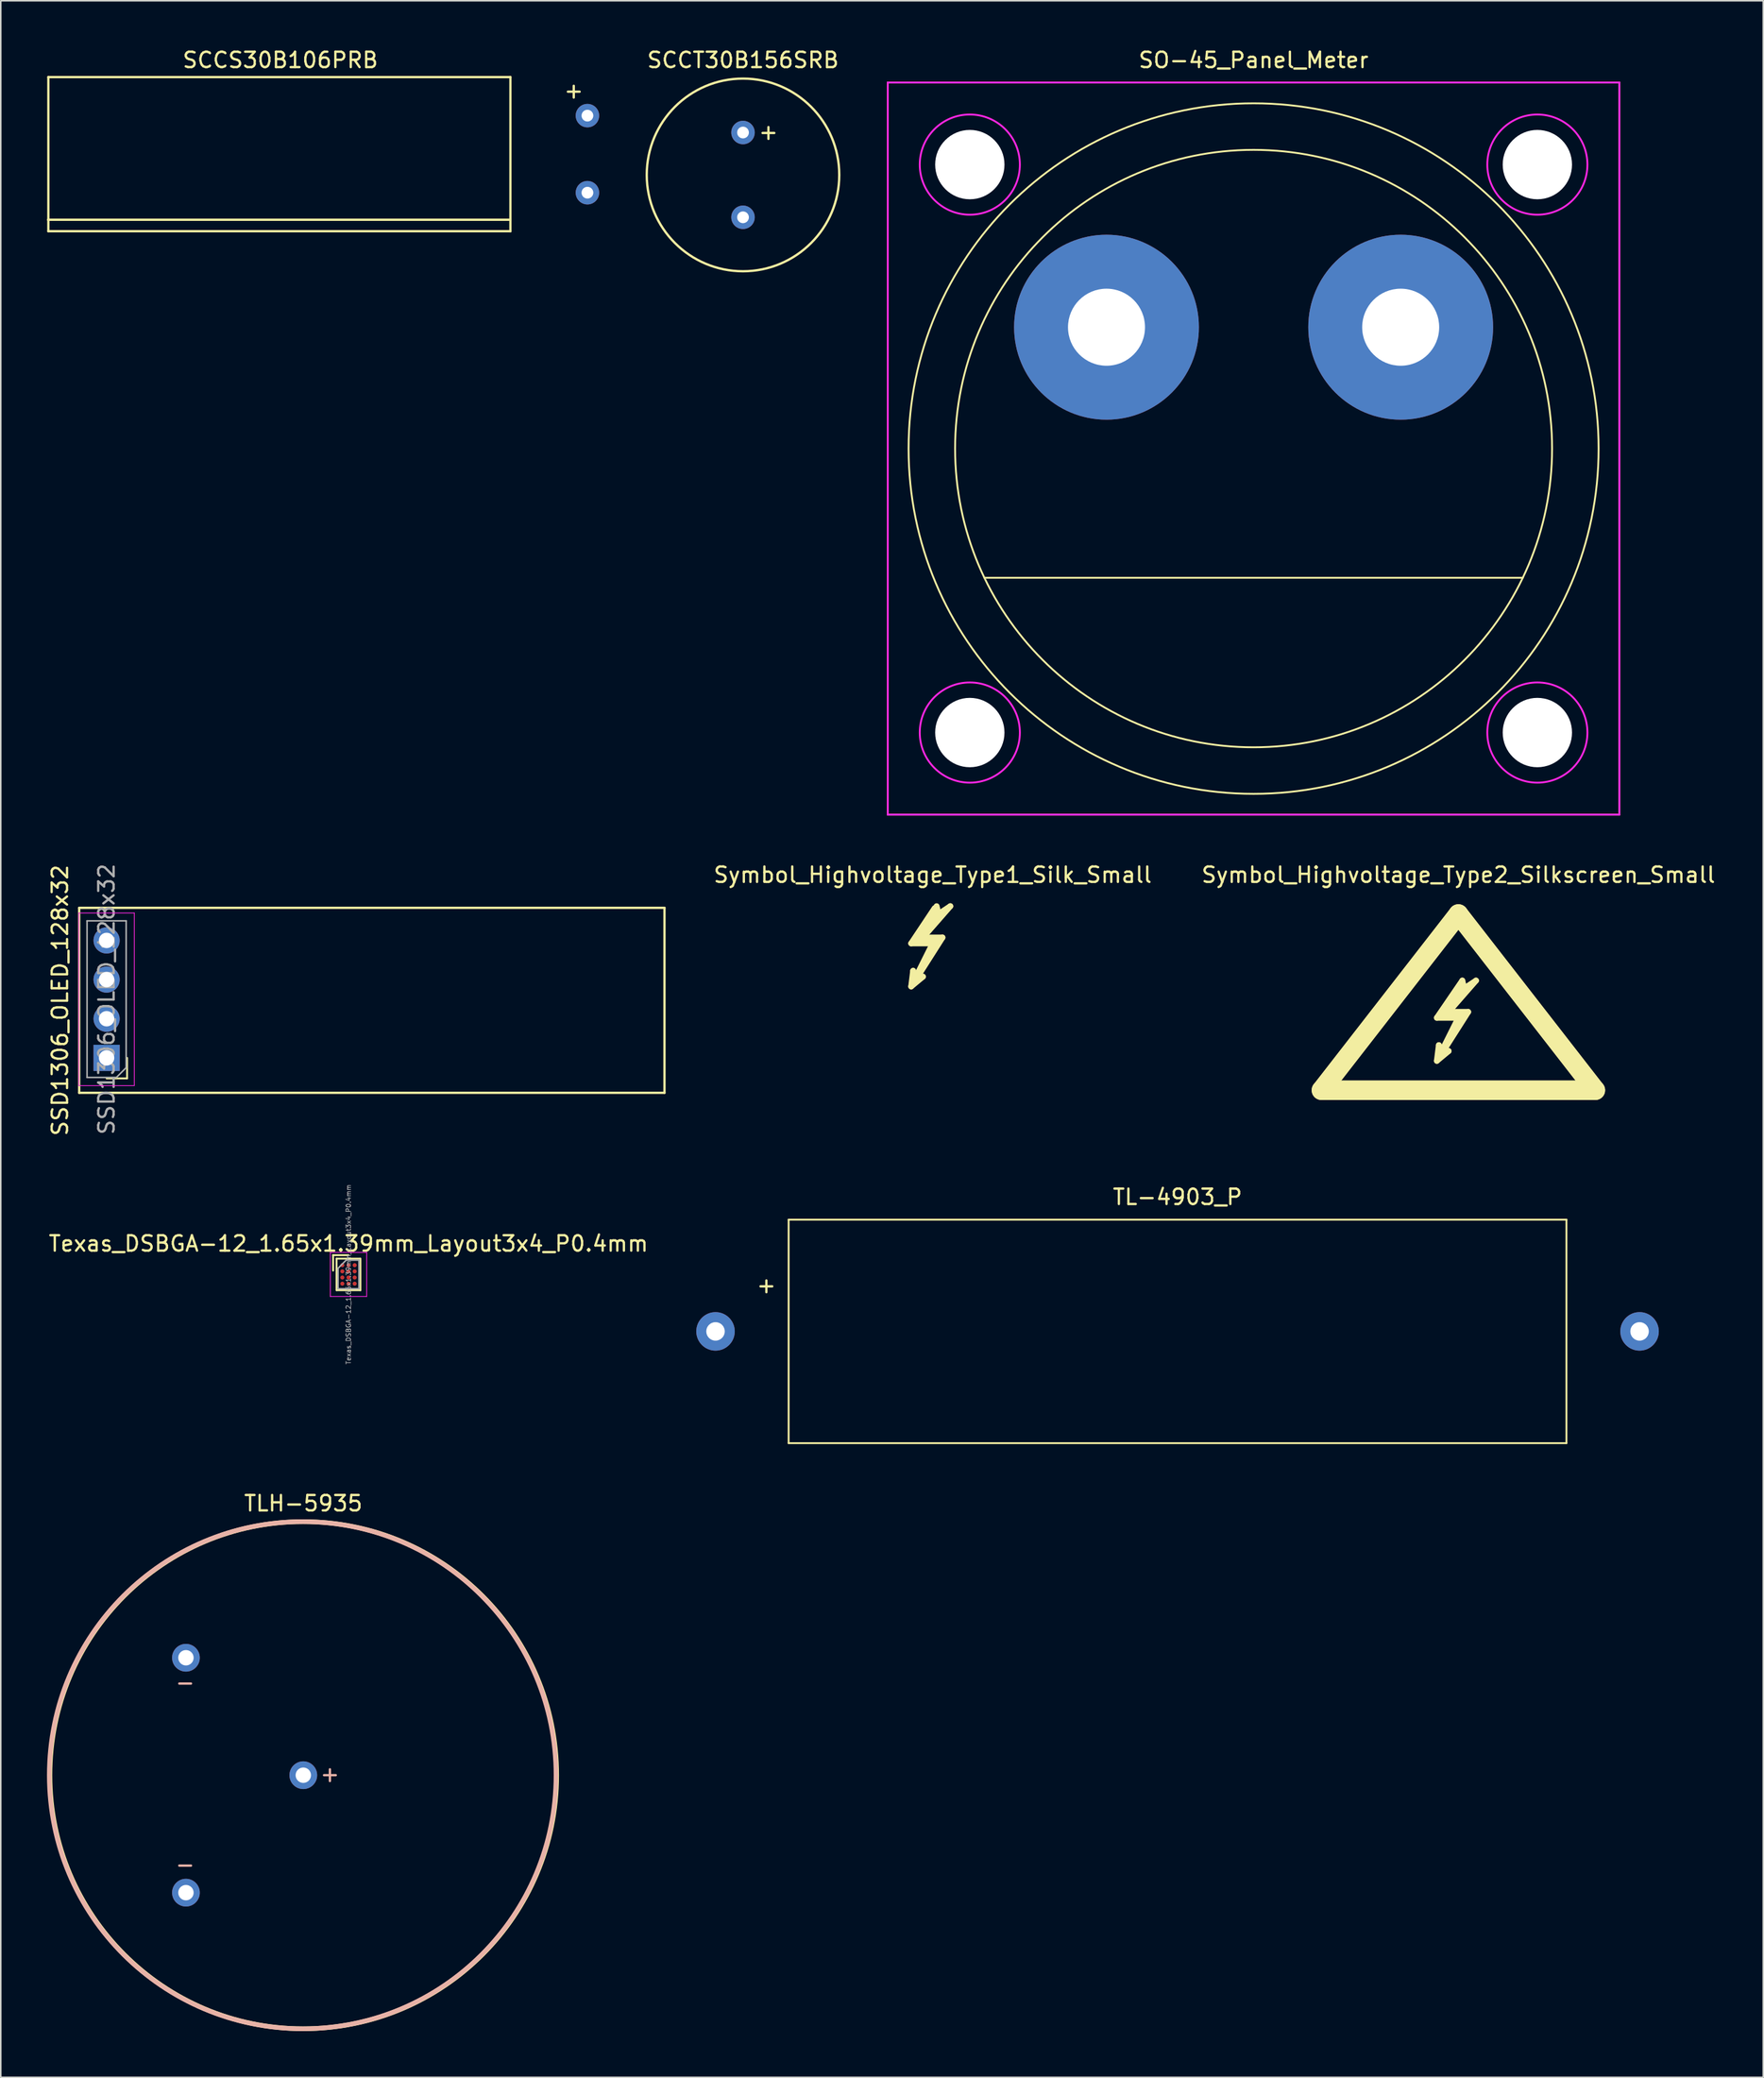
<source format=kicad_pcb>
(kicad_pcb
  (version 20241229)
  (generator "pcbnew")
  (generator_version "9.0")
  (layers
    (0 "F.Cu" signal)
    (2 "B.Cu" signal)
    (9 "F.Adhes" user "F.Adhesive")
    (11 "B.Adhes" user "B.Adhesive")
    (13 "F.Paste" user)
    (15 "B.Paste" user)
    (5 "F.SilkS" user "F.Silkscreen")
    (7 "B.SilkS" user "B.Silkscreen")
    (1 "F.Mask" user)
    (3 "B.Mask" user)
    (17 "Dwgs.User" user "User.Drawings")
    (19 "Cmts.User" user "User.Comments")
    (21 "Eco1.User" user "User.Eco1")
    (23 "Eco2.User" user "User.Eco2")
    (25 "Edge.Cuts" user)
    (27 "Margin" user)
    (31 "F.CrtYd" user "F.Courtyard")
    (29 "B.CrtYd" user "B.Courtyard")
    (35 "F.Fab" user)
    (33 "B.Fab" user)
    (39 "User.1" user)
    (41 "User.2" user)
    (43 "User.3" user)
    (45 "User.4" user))
  (footprint "TL-4903_P"
    (layer "F.Cu")
    (at 73.402 83.329)
    (property "Reference" "TL-4903_P" (at 0 -8.72 0) (layer "F.SilkS") (effects (font (size 1 1) (thickness 0.15))))
    (attr through_hole)
    (fp_line (start -25.25 -7.25) (end 25.25 -7.25) (stroke (width 0.12) (type solid)) (layer "F.SilkS"))
    (fp_line (start -25.25 7.25) (end -25.25 -7.25) (stroke (width 0.12) (type solid)) (layer "F.SilkS"))
    (fp_line (start 25.25 -7.25) (end 25.25 7.25) (stroke (width 0.12) (type solid)) (layer "F.SilkS"))
    (fp_line (start 25.25 7.25) (end -25.25 7.25) (stroke (width 0.12) (type solid)) (layer "F.SilkS"))
    (fp_text user "+" (at -26.695 -2.997 0) (layer "F.SilkS") (effects (font (size 1 1) (thickness 0.15))))
    (pad "1" thru_hole circle (at -29.997 0) (size 2.5 2.5) (drill 1.2) (layers "*.Cu" "*.Mask"))
    (pad "2" thru_hole circle (at 29.997 0) (size 2.5 2.5) (drill 1.2) (layers "*.Cu" "*.Mask")))
  (footprint "TLH-5935"
    (layer "F.Cu")
    (at 16.642 112.123)
    (property "Reference" "TLH-5935" (at 0 -17.636 0) (layer "F.SilkS") (effects (font (size 1 1) (thickness 0.15))))
    (attr through_hole)
    (fp_circle (center 0 0) (end 16.45 0) (stroke (width 0.3) (type solid)) (fill no) (layer "F.SilkS"))
    (fp_circle (center -0.042 0) (end 16.408 0) (stroke (width 0.3) (type solid)) (fill no) (layer "B.SilkS"))
    (fp_text user "+" (at 1.727 -0.076 0) (layer "B.SilkS") (effects (font (size 1 1) (thickness 0.15))))
    (fp_text user "-" (at -7.671 5.791 0) (layer "B.SilkS") (effects (font (size 1 1) (thickness 0.15))))
    (fp_text user "-" (at -7.671 -6.02 0) (layer "B.SilkS") (effects (font (size 1 1) (thickness 0.15))))
    (pad "1" thru_hole circle (at 0 0) (size 1.8 1.8) (drill 1) (layers "*.Cu" "*.Mask"))
    (pad "2" thru_hole circle (at -7.62 -7.62) (size 1.8 1.8) (drill 1) (layers "*.Cu" "*.Mask"))
    (pad "2" thru_hole circle (at -7.62 7.62) (size 1.8 1.8) (drill 1) (layers "*.Cu" "*.Mask")))
  (footprint "SSD1306_OLED_128x32"
    (layer "F.Cu")
    (at 3.871 61.85)
    (property "Reference" "SSD1306_OLED_128x32" (at -3.023 0 90) (layer "F.SilkS") (effects (font (size 1 1) (thickness 0.15))))
    (attr through_hole)
    (fp_line (start -1.779 -6) (end 36.221 -6) (stroke (width 0.15) (type solid)) (layer "F.SilkS"))
    (fp_line (start -1.779 6) (end -1.779 -6) (stroke (width 0.15) (type solid)) (layer "F.SilkS"))
    (fp_line (start 1.33 3.734) (end 1.33 5.064) (stroke (width 0.12) (type solid)) (layer "F.SilkS"))
    (fp_line (start 1.33 5.064) (end 0 5.064) (stroke (width 0.12) (type solid)) (layer "F.SilkS"))
    (fp_line (start 36.221 -6) (end 36.221 6) (stroke (width 0.15) (type solid)) (layer "F.SilkS"))
    (fp_line (start 36.221 6) (end -1.779 6) (stroke (width 0.15) (type solid)) (layer "F.SilkS"))
    (fp_line (start -1.8 -5.666) (end -1.8 5.534) (stroke (width 0.05) (type solid)) (layer "F.CrtYd"))
    (fp_line (start -1.8 5.534) (end 1.8 5.534) (stroke (width 0.05) (type solid)) (layer "F.CrtYd"))
    (fp_line (start 1.8 -5.666) (end -1.8 -5.666) (stroke (width 0.05) (type solid)) (layer "F.CrtYd"))
    (fp_line (start 1.8 5.534) (end 1.8 -5.666) (stroke (width 0.05) (type solid)) (layer "F.CrtYd"))
    (fp_line (start -1.27 -5.156) (end 1.27 -5.156) (stroke (width 0.1) (type solid)) (layer "F.Fab"))
    (fp_line (start -1.27 5.004) (end -1.27 -5.156) (stroke (width 0.1) (type solid)) (layer "F.Fab"))
    (fp_line (start 0.635 5.004) (end -1.27 5.004) (stroke (width 0.1) (type solid)) (layer "F.Fab"))
    (fp_line (start 1.27 -5.156) (end 1.27 4.369) (stroke (width 0.1) (type solid)) (layer "F.Fab"))
    (fp_line (start 1.27 4.369) (end 0.635 5.004) (stroke (width 0.1) (type solid)) (layer "F.Fab"))
    (fp_text user "${REFERENCE}" (at 0 -0.076 270) (layer "F.Fab") (effects (font (size 1 1) (thickness 0.15))))
    (pad "1" thru_hole rect (at 0 3.734 180) (size 1.7 1.7) (drill 1) (layers "*.Cu" "*.Mask"))
    (pad "2" thru_hole oval (at 0 1.194 180) (size 1.7 1.7) (drill 1) (layers "*.Cu" "*.Mask"))
    (pad "3" thru_hole oval (at 0 -1.346 180) (size 1.7 1.7) (drill 1) (layers "*.Cu" "*.Mask"))
    (pad "4" thru_hole oval (at 0 -3.886 180) (size 1.7 1.7) (drill 1) (layers "*.Cu" "*.Mask")))
  (footprint "SCCS30B106PRB"
    (layer "F.Cu")
    (at 15.089 6.952)
    (property "Reference" "SCCS30B106PRB" (at 0.064 -6.104 0) (layer "F.SilkS") (effects (font (size 1 1) (thickness 0.15))))
    (attr through_hole)
    (fp_line (start -15 -5) (end 15 -5) (stroke (width 0.15) (type solid)) (layer "F.SilkS"))
    (fp_line (start -15 5) (end -15 -5) (stroke (width 0.15) (type solid)) (layer "F.SilkS"))
    (fp_line (start 14.986 4.255) (end -15.014 4.255) (stroke (width 0.15) (type solid)) (layer "F.SilkS"))
    (fp_line (start 15 -5) (end 15 5) (stroke (width 0.15) (type solid)) (layer "F.SilkS"))
    (fp_line (start 15 5) (end -15 5) (stroke (width 0.15) (type solid)) (layer "F.SilkS"))
    (fp_text user "+" (at 19.113 -4.128 0) (layer "F.SilkS") (effects (font (size 1 1) (thickness 0.15))))
    (pad "1" thru_hole circle (at 20 -2.5) (size 1.524 1.524) (drill 0.762) (layers "*.Cu" "*.Mask"))
    (pad "2" thru_hole circle (at 20 2.5) (size 1.524 1.524) (drill 0.762) (layers "*.Cu" "*.Mask")))
  (footprint "SCCT30B156SRB"
    (layer "F.Cu")
    (at 45.19 8.298)
    (property "Reference" "SCCT30B156SRB" (at 0 -7.45 0) (layer "F.SilkS") (effects (font (size 1 1) (thickness 0.15))))
    (attr through_hole)
    (fp_circle (center 0 0) (end 6.25 0) (stroke (width 0.15) (type solid)) (fill no) (layer "F.SilkS"))
    (fp_text user "+" (at 1.651 -2.794 0) (layer "F.SilkS") (effects (font (size 1 1) (thickness 0.15))))
    (pad "1" thru_hole circle (at 0 -2.75) (size 1.524 1.524) (drill 0.762) (layers "*.Cu" "*.Mask"))
    (pad "2" thru_hole circle (at 0 2.75) (size 1.524 1.524) (drill 0.762) (layers "*.Cu" "*.Mask")))
  (footprint "Texas_DSBGA-12_1.65x1.39mm_Layout3x4_P0.4mm"
    (layer "F.Cu")
    (at 19.577 79.634)
    (property "Reference" "Texas_DSBGA-12_1.65x1.39mm_Layout3x4_P0.4mm" (at 0 -2 0) (layer "F.SilkS") (effects (font (size 1 1) (thickness 0.15))))
    (attr smd)
    (fp_line (start -1 -1.25) (end -1 -1.25) (stroke (width 0.12) (type solid)) (layer "F.SilkS"))
    (fp_line (start -1 -1.25) (end -1 -0.25) (stroke (width 0.12) (type solid)) (layer "F.SilkS"))
    (fp_line (start -0.775 -1.025) (end -0.775 1.025) (stroke (width 0.12) (type solid)) (layer "F.SilkS"))
    (fp_line (start -0.775 -1.025) (end 0.765 -1.025) (stroke (width 0.12) (type solid)) (layer "F.SilkS"))
    (fp_line (start -0.765 1.025) (end 0.775 1.025) (stroke (width 0.12) (type solid)) (layer "F.SilkS"))
    (fp_line (start 0 -1.25) (end -1 -1.25) (stroke (width 0.12) (type solid)) (layer "F.SilkS"))
    (fp_line (start 0.775 1.025) (end 0.775 -1.025) (stroke (width 0.12) (type solid)) (layer "F.SilkS"))
    (fp_line (start -1.18 -1.43) (end 1.18 -1.43) (stroke (width 0.05) (type solid)) (layer "F.CrtYd"))
    (fp_line (start -1.18 1.43) (end -1.18 -1.43) (stroke (width 0.05) (type solid)) (layer "F.CrtYd"))
    (fp_line (start -1.18 1.43) (end 1.18 1.43) (stroke (width 0.05) (type solid)) (layer "F.CrtYd"))
    (fp_line (start 1.18 -1.43) (end 1.18 1.43) (stroke (width 0.05) (type solid)) (layer "F.CrtYd"))
    (fp_line (start -0.68 -0.4) (end -0.15 -0.93) (stroke (width 0.1) (type solid)) (layer "F.Fab"))
    (fp_line (start -0.68 0.93) (end -0.68 -0.4) (stroke (width 0.1) (type solid)) (layer "F.Fab"))
    (fp_line (start -0.68 0.93) (end 0.68 0.93) (stroke (width 0.1) (type solid)) (layer "F.Fab"))
    (fp_line (start 0.68 -0.93) (end -0.15 -0.93) (stroke (width 0.1) (type solid)) (layer "F.Fab"))
    (fp_line (start 0.68 0.93) (end 0.68 -0.93) (stroke (width 0.1) (type solid)) (layer "F.Fab"))
    (fp_text user "${REFERENCE}" (at 0 0 90) (layer "F.Fab") (effects (font (size 0.3 0.3) (thickness 0.045))))
    (pad "" smd rect (at -0.4 -0.6) (size 0.3 0.3) (layers "F.Paste"))
    (pad "" smd rect (at -0.4 -0.2) (size 0.3 0.3) (layers "F.Paste"))
    (pad "" smd rect (at -0.4 0.2) (size 0.3 0.3) (layers "F.Paste"))
    (pad "" smd rect (at -0.4 0.6) (size 0.3 0.3) (layers "F.Paste"))
    (pad "" smd rect (at 0 -0.6) (size 0.3 0.3) (layers "F.Paste"))
    (pad "" smd rect (at 0 -0.2) (size 0.3 0.3) (layers "F.Paste"))
    (pad "" smd rect (at 0 0.2) (size 0.3 0.3) (layers "F.Paste"))
    (pad "" smd rect (at 0 0.6) (size 0.3 0.3) (layers "F.Paste"))
    (pad "" smd rect (at 0.4 -0.6) (size 0.3 0.3) (layers "F.Paste"))
    (pad "" smd rect (at 0.4 -0.2) (size 0.3 0.3) (layers "F.Paste"))
    (pad "" smd rect (at 0.4 0.2) (size 0.3 0.3) (layers "F.Paste"))
    (pad "" smd rect (at 0.4 0.6) (size 0.3 0.3) (layers "F.Paste"))
    (pad "A1" smd circle (at -0.4 -0.6) (size 0.265 0.265) (layers "F.Cu" "F.Mask"))
    (pad "A2" smd circle (at 0 -0.6) (size 0.265 0.265) (layers "F.Cu" "F.Mask"))
    (pad "A3" smd circle (at 0.4 -0.6) (size 0.265 0.265) (layers "F.Cu" "F.Mask"))
    (pad "B1" smd circle (at -0.4 -0.2) (size 0.265 0.265) (layers "F.Cu" "F.Mask"))
    (pad "B2" smd circle (at 0 -0.2) (size 0.265 0.265) (layers "F.Cu" "F.Mask"))
    (pad "B3" smd circle (at 0.4 -0.2) (size 0.265 0.265) (layers "F.Cu" "F.Mask"))
    (pad "C1" smd circle (at -0.4 0.2) (size 0.265 0.265) (layers "F.Cu" "F.Mask"))
    (pad "C2" smd circle (at 0 0.2) (size 0.265 0.265) (layers "F.Cu" "F.Mask"))
    (pad "C3" smd circle (at 0.4 0.2) (size 0.265 0.265) (layers "F.Cu" "F.Mask"))
    (pad "D1" smd circle (at -0.4 0.6) (size 0.265 0.265) (layers "F.Cu" "F.Mask"))
    (pad "D2" smd circle (at 0 0.6) (size 0.265 0.265) (layers "F.Cu" "F.Mask"))
    (pad "D3" smd circle (at 0.4 0.6) (size 0.265 0.265) (layers "F.Cu" "F.Mask")))
  (footprint "Symbol_Highvoltage_Type2_Silkscreen_Small"
    (layer "F.Cu")
    (at 91.637 63.871)
    (property "Reference" "Symbol_Highvoltage_Type2_Silkscreen_Small" (at 0 -10.16 0) (layer "F.SilkS") (effects (font (size 1 1) (thickness 0.15))))
    (attr through_hole)
    (fp_line (start -8.89 3.81) (end 0 -7.62) (stroke (width 1.27) (type solid)) (layer "F.SilkS"))
    (fp_line (start -1.397 -0.889) (end 0 -0.889) (stroke (width 0.381) (type solid)) (layer "F.SilkS"))
    (fp_line (start -1.397 1.905) (end -0.635 1.27) (stroke (width 0.381) (type solid)) (layer "F.SilkS"))
    (fp_line (start -1.27 0.889) (end -1.397 1.905) (stroke (width 0.381) (type solid)) (layer "F.SilkS"))
    (fp_line (start -1.143 1.397) (end -1.27 0.889) (stroke (width 0.381) (type solid)) (layer "F.SilkS"))
    (fp_line (start -1.143 1.524) (end 0.635 -1.27) (stroke (width 0.381) (type solid)) (layer "F.SilkS"))
    (fp_line (start -1.016 -1.016) (end 0.254 -1.016) (stroke (width 0.381) (type solid)) (layer "F.SilkS"))
    (fp_line (start -0.635 -1.27) (end 1.143 -3.302) (stroke (width 0.381) (type solid)) (layer "F.SilkS"))
    (fp_line (start -0.635 1.27) (end -1.143 1.524) (stroke (width 0.381) (type solid)) (layer "F.SilkS"))
    (fp_line (start 0 -7.62) (end 8.89 3.81) (stroke (width 1.27) (type solid)) (layer "F.SilkS"))
    (fp_line (start 0 -0.889) (end -1.143 1.397) (stroke (width 0.381) (type solid)) (layer "F.SilkS"))
    (fp_line (start 0.254 -3.302) (end -1.397 -0.889) (stroke (width 0.381) (type solid)) (layer "F.SilkS"))
    (fp_line (start 0.381 -2.921) (end -1.016 -1.016) (stroke (width 0.381) (type solid)) (layer "F.SilkS"))
    (fp_line (start 0.381 -2.794) (end 0.254 -3.302) (stroke (width 0.381) (type solid)) (layer "F.SilkS"))
    (fp_line (start 0.635 -1.27) (end -0.635 -1.27) (stroke (width 0.381) (type solid)) (layer "F.SilkS"))
    (fp_line (start 1.143 -3.302) (end 0.381 -2.794) (stroke (width 0.381) (type solid)) (layer "F.SilkS"))
    (fp_line (start 8.89 3.81) (end -8.89 3.81) (stroke (width 1.27) (type solid)) (layer "F.SilkS")))
  (footprint "SO-45_Panel_Meter"
    (layer "F.Cu")
    (at 78.34 26.053)
    (property "Reference" "SO-45_Panel_Meter" (at 0 -25.205 0) (layer "F.SilkS") (effects (font (size 1 1) (thickness 0.15))))
    (attr through_hole)
    (fp_line (start -23.75 -23.75) (end 23.75 -23.75) (stroke (width 0.12) (type solid)) (layer "F.SilkS"))
    (fp_line (start -23.75 23.75) (end -23.75 -23.75) (stroke (width 0.12) (type solid)) (layer "F.SilkS"))
    (fp_line (start 17.475 8.382) (end -17.475 8.382) (stroke (width 0.12) (type solid)) (layer "F.SilkS"))
    (fp_line (start 23.75 -23.75) (end 23.75 23.75) (stroke (width 0.12) (type solid)) (layer "F.SilkS"))
    (fp_line (start 23.75 23.75) (end -23.75 23.75) (stroke (width 0.12) (type solid)) (layer "F.SilkS"))
    (fp_circle (center 0 0) (end 19.38 0) (stroke (width 0.12) (type solid)) (fill no) (layer "F.SilkS"))
    (fp_circle (center 0 0) (end 22.4 0) (stroke (width 0.12) (type solid)) (fill no) (layer "F.SilkS"))
    (fp_line (start -23.75 -23.75) (end 23.75 -23.75) (stroke (width 0.12) (type solid)) (layer "F.CrtYd"))
    (fp_line (start -23.75 23.75) (end -23.75 -23.75) (stroke (width 0.12) (type solid)) (layer "F.CrtYd"))
    (fp_line (start 23.75 -23.75) (end 23.75 23.75) (stroke (width 0.12) (type solid)) (layer "F.CrtYd"))
    (fp_line (start 23.75 23.75) (end -23.75 23.75) (stroke (width 0.12) (type solid)) (layer "F.CrtYd"))
    (fp_circle (center -18.424 -18.424) (end -15.174 -18.424) (stroke (width 0.12) (type solid)) (fill no) (layer "F.CrtYd"))
    (fp_circle (center -18.424 18.424) (end -15.174 18.424) (stroke (width 0.12) (type solid)) (fill no) (layer "F.CrtYd"))
    (fp_circle (center 18.424 -18.424) (end 21.674 -18.424) (stroke (width 0.12) (type solid)) (fill no) (layer "F.CrtYd"))
    (fp_circle (center 18.424 18.424) (end 21.674 18.424) (stroke (width 0.12) (type solid)) (fill no) (layer "F.CrtYd"))
    (pad "" np_thru_hole circle (at -18.424 -18.424) (size 4.5 4.5) (drill 4.5) (layers "*.Cu" "*.Mask"))
    (pad "" np_thru_hole circle (at -18.424 18.424) (size 4.5 4.5) (drill 4.5) (layers "*.Cu" "*.Mask"))
    (pad "" np_thru_hole circle (at 18.424 -18.424) (size 4.5 4.5) (drill 4.5) (layers "*.Cu" "*.Mask"))
    (pad "" np_thru_hole circle (at 18.424 18.424) (size 4.5 4.5) (drill 4.5) (layers "*.Cu" "*.Mask"))
    (pad "1" thru_hole circle (at -9.55 -7.874) (size 12 12) (drill 5) (layers "*.Cu" "*.Mask"))
    (pad "2" thru_hole circle (at 9.55 -7.874) (size 12 12) (drill 5) (layers "*.Cu" "*.Mask")))
  (footprint "Symbol_Highvoltage_Type1_Silk_Small"
    (layer "F.Cu")
    (at 56.49 58.918)
    (property "Reference" "Symbol_Highvoltage_Type1_Silk_Small" (at 1.016 -5.207 0) (layer "F.SilkS") (effects (font (size 1 1) (thickness 0.15))))
    (attr exclude_from_pos_files exclude_from_bom)
    (fp_line (start -0.381 -0.762) (end 1.016 -0.762) (stroke (width 0.381) (type solid)) (layer "F.SilkS"))
    (fp_line (start -0.381 2.032) (end 0.381 1.397) (stroke (width 0.381) (type solid)) (layer "F.SilkS"))
    (fp_line (start -0.254 1.016) (end -0.381 2.032) (stroke (width 0.381) (type solid)) (layer "F.SilkS"))
    (fp_line (start -0.127 1.524) (end -0.254 1.016) (stroke (width 0.381) (type solid)) (layer "F.SilkS"))
    (fp_line (start -0.127 1.651) (end 1.651 -1.143) (stroke (width 0.381) (type solid)) (layer "F.SilkS"))
    (fp_line (start 0 -0.889) (end 1.27 -0.889) (stroke (width 0.381) (type solid)) (layer "F.SilkS"))
    (fp_line (start 0.381 -1.143) (end 2.159 -3.175) (stroke (width 0.381) (type solid)) (layer "F.SilkS"))
    (fp_line (start 0.381 1.397) (end -0.127 1.651) (stroke (width 0.381) (type solid)) (layer "F.SilkS"))
    (fp_line (start 1.016 -0.762) (end -0.127 1.524) (stroke (width 0.381) (type solid)) (layer "F.SilkS"))
    (fp_line (start 1.143 -3.048) (end -0.381 -0.762) (stroke (width 0.381) (type solid)) (layer "F.SilkS"))
    (fp_line (start 1.397 -2.794) (end 0 -0.889) (stroke (width 0.381) (type solid)) (layer "F.SilkS"))
    (fp_line (start 1.397 -2.667) (end 1.27 -3.175) (stroke (width 0.381) (type solid)) (layer "F.SilkS"))
    (fp_line (start 1.651 -1.143) (end 0.381 -1.143) (stroke (width 0.381) (type solid)) (layer "F.SilkS"))
    (fp_line (start 2.159 -3.175) (end 1.397 -2.667) (stroke (width 0.381) (type solid)) (layer "F.SilkS")))
  (gr_rect
    (start -3 -3)
    (end 111.429 131.723)
    (stroke (width 0.1) (type default))
    (fill no)
    (layer "Edge.Cuts")))
</source>
